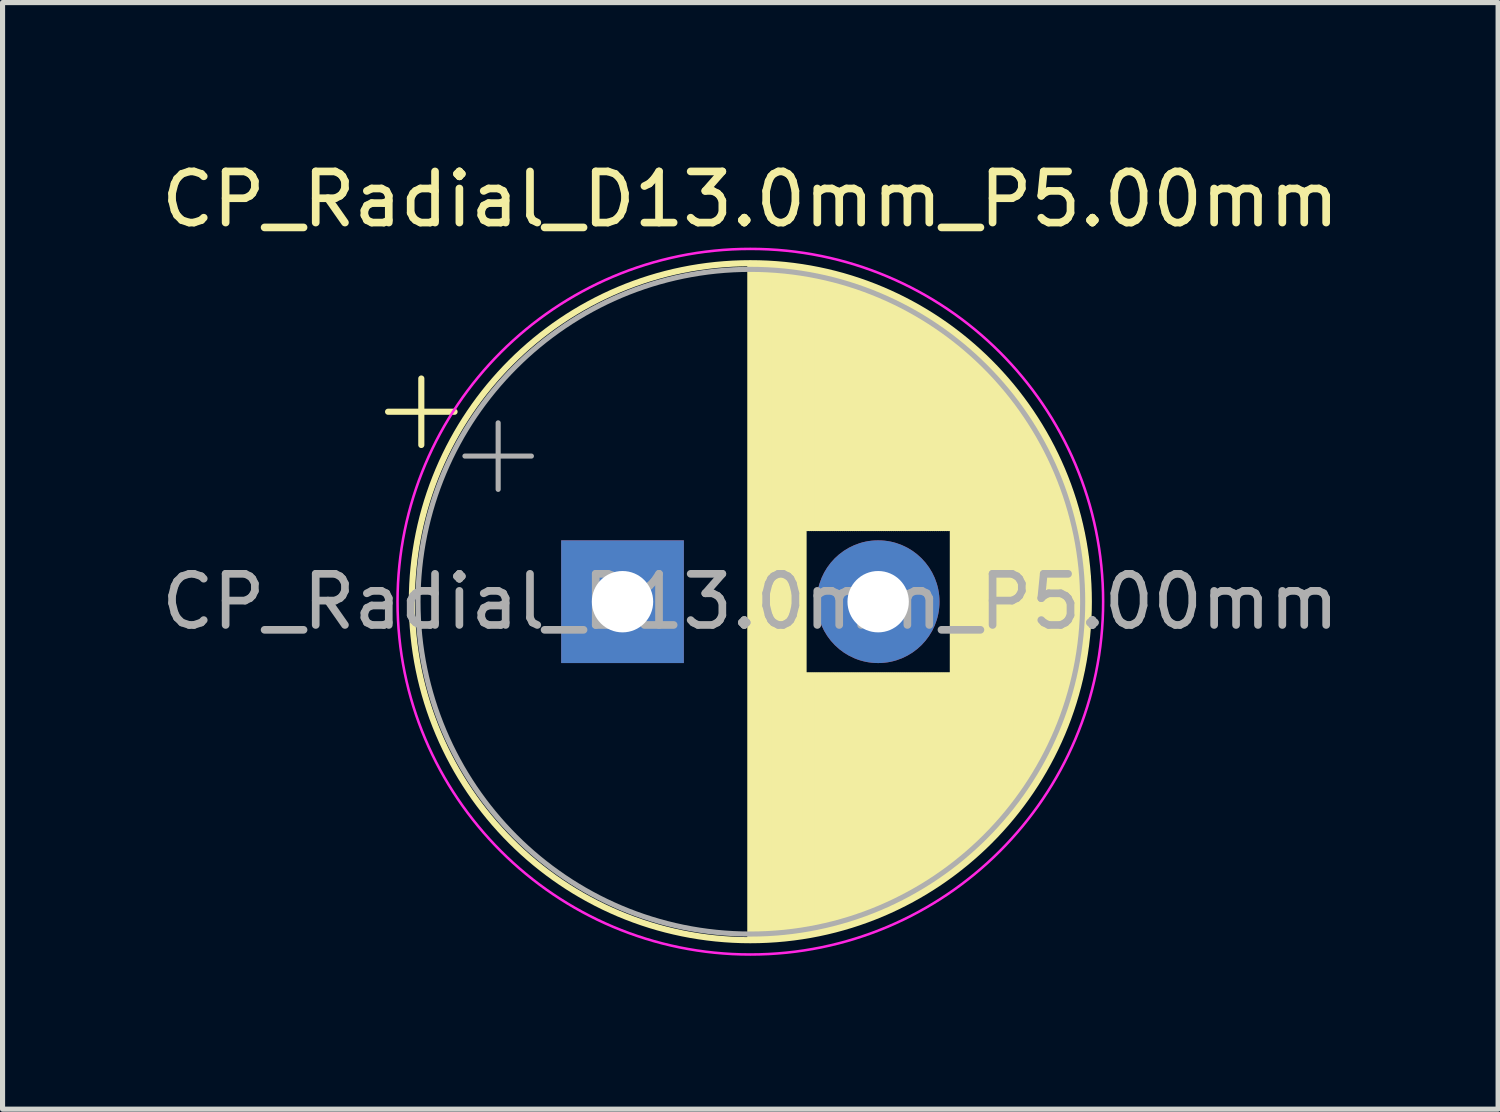
<source format=kicad_pcb>
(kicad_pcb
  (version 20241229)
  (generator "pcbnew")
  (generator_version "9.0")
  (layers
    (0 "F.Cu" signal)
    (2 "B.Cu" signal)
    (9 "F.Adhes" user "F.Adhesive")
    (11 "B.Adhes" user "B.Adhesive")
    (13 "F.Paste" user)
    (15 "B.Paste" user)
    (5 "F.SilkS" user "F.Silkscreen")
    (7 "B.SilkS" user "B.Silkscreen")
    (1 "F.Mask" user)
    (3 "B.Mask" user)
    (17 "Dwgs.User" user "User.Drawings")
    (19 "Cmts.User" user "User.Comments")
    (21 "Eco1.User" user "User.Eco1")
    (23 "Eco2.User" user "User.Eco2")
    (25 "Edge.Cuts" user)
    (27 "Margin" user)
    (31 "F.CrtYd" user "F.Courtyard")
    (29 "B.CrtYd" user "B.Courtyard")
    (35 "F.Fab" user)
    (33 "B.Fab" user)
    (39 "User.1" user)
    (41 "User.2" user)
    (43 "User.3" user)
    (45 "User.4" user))
  (footprint "CP_Radial_D13.0mm_P5.00mm"
    (layer "F.Cu")
    (at 9.125 8.718)
    (property "Reference" "CP_Radial_D13.0mm_P5.00mm" (at 2.5 -7.87 0) (layer "F.SilkS") (effects (font (size 1 1) (thickness 0.15))))
    (attr through_hole)
    (fp_line (start -4.585 -3.715) (end -3.285 -3.715) (stroke (width 0.12) (type solid)) (layer "F.SilkS"))
    (fp_line (start -3.935 -4.365) (end -3.935 -3.065) (stroke (width 0.12) (type solid)) (layer "F.SilkS"))
    (fp_line (start 2.5 -6.58) (end 2.5 6.58) (stroke (width 0.12) (type solid)) (layer "F.SilkS"))
    (fp_line (start 2.54 -6.58) (end 2.54 6.58) (stroke (width 0.12) (type solid)) (layer "F.SilkS"))
    (fp_line (start 2.58 -6.58) (end 2.58 6.58) (stroke (width 0.12) (type solid)) (layer "F.SilkS"))
    (fp_line (start 2.62 -6.579) (end 2.62 6.579) (stroke (width 0.12) (type solid)) (layer "F.SilkS"))
    (fp_line (start 2.66 -6.579) (end 2.66 6.579) (stroke (width 0.12) (type solid)) (layer "F.SilkS"))
    (fp_line (start 2.7 -6.577) (end 2.7 6.577) (stroke (width 0.12) (type solid)) (layer "F.SilkS"))
    (fp_line (start 2.74 -6.576) (end 2.74 6.576) (stroke (width 0.12) (type solid)) (layer "F.SilkS"))
    (fp_line (start 2.78 -6.575) (end 2.78 6.575) (stroke (width 0.12) (type solid)) (layer "F.SilkS"))
    (fp_line (start 2.82 -6.573) (end 2.82 6.573) (stroke (width 0.12) (type solid)) (layer "F.SilkS"))
    (fp_line (start 2.86 -6.571) (end 2.86 6.571) (stroke (width 0.12) (type solid)) (layer "F.SilkS"))
    (fp_line (start 2.9 -6.568) (end 2.9 6.568) (stroke (width 0.12) (type solid)) (layer "F.SilkS"))
    (fp_line (start 2.94 -6.566) (end 2.94 6.566) (stroke (width 0.12) (type solid)) (layer "F.SilkS"))
    (fp_line (start 2.98 -6.563) (end 2.98 6.563) (stroke (width 0.12) (type solid)) (layer "F.SilkS"))
    (fp_line (start 3.02 -6.56) (end 3.02 6.56) (stroke (width 0.12) (type solid)) (layer "F.SilkS"))
    (fp_line (start 3.06 -6.557) (end 3.06 6.557) (stroke (width 0.12) (type solid)) (layer "F.SilkS"))
    (fp_line (start 3.1 -6.553) (end 3.1 6.553) (stroke (width 0.12) (type solid)) (layer "F.SilkS"))
    (fp_line (start 3.14 -6.549) (end 3.14 6.549) (stroke (width 0.12) (type solid)) (layer "F.SilkS"))
    (fp_line (start 3.18 -6.545) (end 3.18 6.545) (stroke (width 0.12) (type solid)) (layer "F.SilkS"))
    (fp_line (start 3.221 -6.541) (end 3.221 6.541) (stroke (width 0.12) (type solid)) (layer "F.SilkS"))
    (fp_line (start 3.261 -6.537) (end 3.261 6.537) (stroke (width 0.12) (type solid)) (layer "F.SilkS"))
    (fp_line (start 3.301 -6.532) (end 3.301 6.532) (stroke (width 0.12) (type solid)) (layer "F.SilkS"))
    (fp_line (start 3.341 -6.527) (end 3.341 6.527) (stroke (width 0.12) (type solid)) (layer "F.SilkS"))
    (fp_line (start 3.381 -6.522) (end 3.381 6.522) (stroke (width 0.12) (type solid)) (layer "F.SilkS"))
    (fp_line (start 3.421 -6.516) (end 3.421 6.516) (stroke (width 0.12) (type solid)) (layer "F.SilkS"))
    (fp_line (start 3.461 -6.511) (end 3.461 6.511) (stroke (width 0.12) (type solid)) (layer "F.SilkS"))
    (fp_line (start 3.501 -6.505) (end 3.501 6.505) (stroke (width 0.12) (type solid)) (layer "F.SilkS"))
    (fp_line (start 3.541 -6.498) (end 3.541 6.498) (stroke (width 0.12) (type solid)) (layer "F.SilkS"))
    (fp_line (start 3.581 -6.492) (end 3.581 -1.44) (stroke (width 0.12) (type solid)) (layer "F.SilkS"))
    (fp_line (start 3.581 1.44) (end 3.581 6.492) (stroke (width 0.12) (type solid)) (layer "F.SilkS"))
    (fp_line (start 3.621 -6.485) (end 3.621 -1.44) (stroke (width 0.12) (type solid)) (layer "F.SilkS"))
    (fp_line (start 3.621 1.44) (end 3.621 6.485) (stroke (width 0.12) (type solid)) (layer "F.SilkS"))
    (fp_line (start 3.661 -6.478) (end 3.661 -1.44) (stroke (width 0.12) (type solid)) (layer "F.SilkS"))
    (fp_line (start 3.661 1.44) (end 3.661 6.478) (stroke (width 0.12) (type solid)) (layer "F.SilkS"))
    (fp_line (start 3.701 -6.471) (end 3.701 -1.44) (stroke (width 0.12) (type solid)) (layer "F.SilkS"))
    (fp_line (start 3.701 1.44) (end 3.701 6.471) (stroke (width 0.12) (type solid)) (layer "F.SilkS"))
    (fp_line (start 3.741 -6.463) (end 3.741 -1.44) (stroke (width 0.12) (type solid)) (layer "F.SilkS"))
    (fp_line (start 3.741 1.44) (end 3.741 6.463) (stroke (width 0.12) (type solid)) (layer "F.SilkS"))
    (fp_line (start 3.781 -6.456) (end 3.781 -1.44) (stroke (width 0.12) (type solid)) (layer "F.SilkS"))
    (fp_line (start 3.781 1.44) (end 3.781 6.456) (stroke (width 0.12) (type solid)) (layer "F.SilkS"))
    (fp_line (start 3.821 -6.448) (end 3.821 -1.44) (stroke (width 0.12) (type solid)) (layer "F.SilkS"))
    (fp_line (start 3.821 1.44) (end 3.821 6.448) (stroke (width 0.12) (type solid)) (layer "F.SilkS"))
    (fp_line (start 3.861 -6.439) (end 3.861 -1.44) (stroke (width 0.12) (type solid)) (layer "F.SilkS"))
    (fp_line (start 3.861 1.44) (end 3.861 6.439) (stroke (width 0.12) (type solid)) (layer "F.SilkS"))
    (fp_line (start 3.901 -6.431) (end 3.901 -1.44) (stroke (width 0.12) (type solid)) (layer "F.SilkS"))
    (fp_line (start 3.901 1.44) (end 3.901 6.431) (stroke (width 0.12) (type solid)) (layer "F.SilkS"))
    (fp_line (start 3.941 -6.422) (end 3.941 -1.44) (stroke (width 0.12) (type solid)) (layer "F.SilkS"))
    (fp_line (start 3.941 1.44) (end 3.941 6.422) (stroke (width 0.12) (type solid)) (layer "F.SilkS"))
    (fp_line (start 3.981 -6.413) (end 3.981 -1.44) (stroke (width 0.12) (type solid)) (layer "F.SilkS"))
    (fp_line (start 3.981 1.44) (end 3.981 6.413) (stroke (width 0.12) (type solid)) (layer "F.SilkS"))
    (fp_line (start 4.021 -6.404) (end 4.021 -1.44) (stroke (width 0.12) (type solid)) (layer "F.SilkS"))
    (fp_line (start 4.021 1.44) (end 4.021 6.404) (stroke (width 0.12) (type solid)) (layer "F.SilkS"))
    (fp_line (start 4.061 -6.394) (end 4.061 -1.44) (stroke (width 0.12) (type solid)) (layer "F.SilkS"))
    (fp_line (start 4.061 1.44) (end 4.061 6.394) (stroke (width 0.12) (type solid)) (layer "F.SilkS"))
    (fp_line (start 4.101 -6.384) (end 4.101 -1.44) (stroke (width 0.12) (type solid)) (layer "F.SilkS"))
    (fp_line (start 4.101 1.44) (end 4.101 6.384) (stroke (width 0.12) (type solid)) (layer "F.SilkS"))
    (fp_line (start 4.141 -6.374) (end 4.141 -1.44) (stroke (width 0.12) (type solid)) (layer "F.SilkS"))
    (fp_line (start 4.141 1.44) (end 4.141 6.374) (stroke (width 0.12) (type solid)) (layer "F.SilkS"))
    (fp_line (start 4.181 -6.364) (end 4.181 -1.44) (stroke (width 0.12) (type solid)) (layer "F.SilkS"))
    (fp_line (start 4.181 1.44) (end 4.181 6.364) (stroke (width 0.12) (type solid)) (layer "F.SilkS"))
    (fp_line (start 4.221 -6.353) (end 4.221 -1.44) (stroke (width 0.12) (type solid)) (layer "F.SilkS"))
    (fp_line (start 4.221 1.44) (end 4.221 6.353) (stroke (width 0.12) (type solid)) (layer "F.SilkS"))
    (fp_line (start 4.261 -6.342) (end 4.261 -1.44) (stroke (width 0.12) (type solid)) (layer "F.SilkS"))
    (fp_line (start 4.261 1.44) (end 4.261 6.342) (stroke (width 0.12) (type solid)) (layer "F.SilkS"))
    (fp_line (start 4.301 -6.331) (end 4.301 -1.44) (stroke (width 0.12) (type solid)) (layer "F.SilkS"))
    (fp_line (start 4.301 1.44) (end 4.301 6.331) (stroke (width 0.12) (type solid)) (layer "F.SilkS"))
    (fp_line (start 4.341 -6.32) (end 4.341 -1.44) (stroke (width 0.12) (type solid)) (layer "F.SilkS"))
    (fp_line (start 4.341 1.44) (end 4.341 6.32) (stroke (width 0.12) (type solid)) (layer "F.SilkS"))
    (fp_line (start 4.381 -6.308) (end 4.381 -1.44) (stroke (width 0.12) (type solid)) (layer "F.SilkS"))
    (fp_line (start 4.381 1.44) (end 4.381 6.308) (stroke (width 0.12) (type solid)) (layer "F.SilkS"))
    (fp_line (start 4.421 -6.296) (end 4.421 -1.44) (stroke (width 0.12) (type solid)) (layer "F.SilkS"))
    (fp_line (start 4.421 1.44) (end 4.421 6.296) (stroke (width 0.12) (type solid)) (layer "F.SilkS"))
    (fp_line (start 4.461 -6.284) (end 4.461 -1.44) (stroke (width 0.12) (type solid)) (layer "F.SilkS"))
    (fp_line (start 4.461 1.44) (end 4.461 6.284) (stroke (width 0.12) (type solid)) (layer "F.SilkS"))
    (fp_line (start 4.501 -6.271) (end 4.501 -1.44) (stroke (width 0.12) (type solid)) (layer "F.SilkS"))
    (fp_line (start 4.501 1.44) (end 4.501 6.271) (stroke (width 0.12) (type solid)) (layer "F.SilkS"))
    (fp_line (start 4.541 -6.258) (end 4.541 -1.44) (stroke (width 0.12) (type solid)) (layer "F.SilkS"))
    (fp_line (start 4.541 1.44) (end 4.541 6.258) (stroke (width 0.12) (type solid)) (layer "F.SilkS"))
    (fp_line (start 4.581 -6.245) (end 4.581 -1.44) (stroke (width 0.12) (type solid)) (layer "F.SilkS"))
    (fp_line (start 4.581 1.44) (end 4.581 6.245) (stroke (width 0.12) (type solid)) (layer "F.SilkS"))
    (fp_line (start 4.621 -6.232) (end 4.621 -1.44) (stroke (width 0.12) (type solid)) (layer "F.SilkS"))
    (fp_line (start 4.621 1.44) (end 4.621 6.232) (stroke (width 0.12) (type solid)) (layer "F.SilkS"))
    (fp_line (start 4.661 -6.218) (end 4.661 -1.44) (stroke (width 0.12) (type solid)) (layer "F.SilkS"))
    (fp_line (start 4.661 1.44) (end 4.661 6.218) (stroke (width 0.12) (type solid)) (layer "F.SilkS"))
    (fp_line (start 4.701 -6.204) (end 4.701 -1.44) (stroke (width 0.12) (type solid)) (layer "F.SilkS"))
    (fp_line (start 4.701 1.44) (end 4.701 6.204) (stroke (width 0.12) (type solid)) (layer "F.SilkS"))
    (fp_line (start 4.741 -6.19) (end 4.741 -1.44) (stroke (width 0.12) (type solid)) (layer "F.SilkS"))
    (fp_line (start 4.741 1.44) (end 4.741 6.19) (stroke (width 0.12) (type solid)) (layer "F.SilkS"))
    (fp_line (start 4.781 -6.175) (end 4.781 -1.44) (stroke (width 0.12) (type solid)) (layer "F.SilkS"))
    (fp_line (start 4.781 1.44) (end 4.781 6.175) (stroke (width 0.12) (type solid)) (layer "F.SilkS"))
    (fp_line (start 4.821 -6.161) (end 4.821 -1.44) (stroke (width 0.12) (type solid)) (layer "F.SilkS"))
    (fp_line (start 4.821 1.44) (end 4.821 6.161) (stroke (width 0.12) (type solid)) (layer "F.SilkS"))
    (fp_line (start 4.861 -6.146) (end 4.861 -1.44) (stroke (width 0.12) (type solid)) (layer "F.SilkS"))
    (fp_line (start 4.861 1.44) (end 4.861 6.146) (stroke (width 0.12) (type solid)) (layer "F.SilkS"))
    (fp_line (start 4.901 -6.13) (end 4.901 -1.44) (stroke (width 0.12) (type solid)) (layer "F.SilkS"))
    (fp_line (start 4.901 1.44) (end 4.901 6.13) (stroke (width 0.12) (type solid)) (layer "F.SilkS"))
    (fp_line (start 4.941 -6.114) (end 4.941 -1.44) (stroke (width 0.12) (type solid)) (layer "F.SilkS"))
    (fp_line (start 4.941 1.44) (end 4.941 6.114) (stroke (width 0.12) (type solid)) (layer "F.SilkS"))
    (fp_line (start 4.981 -6.098) (end 4.981 -1.44) (stroke (width 0.12) (type solid)) (layer "F.SilkS"))
    (fp_line (start 4.981 1.44) (end 4.981 6.098) (stroke (width 0.12) (type solid)) (layer "F.SilkS"))
    (fp_line (start 5.021 -6.082) (end 5.021 -1.44) (stroke (width 0.12) (type solid)) (layer "F.SilkS"))
    (fp_line (start 5.021 1.44) (end 5.021 6.082) (stroke (width 0.12) (type solid)) (layer "F.SilkS"))
    (fp_line (start 5.061 -6.065) (end 5.061 -1.44) (stroke (width 0.12) (type solid)) (layer "F.SilkS"))
    (fp_line (start 5.061 1.44) (end 5.061 6.065) (stroke (width 0.12) (type solid)) (layer "F.SilkS"))
    (fp_line (start 5.101 -6.049) (end 5.101 -1.44) (stroke (width 0.12) (type solid)) (layer "F.SilkS"))
    (fp_line (start 5.101 1.44) (end 5.101 6.049) (stroke (width 0.12) (type solid)) (layer "F.SilkS"))
    (fp_line (start 5.141 -6.031) (end 5.141 -1.44) (stroke (width 0.12) (type solid)) (layer "F.SilkS"))
    (fp_line (start 5.141 1.44) (end 5.141 6.031) (stroke (width 0.12) (type solid)) (layer "F.SilkS"))
    (fp_line (start 5.181 -6.014) (end 5.181 -1.44) (stroke (width 0.12) (type solid)) (layer "F.SilkS"))
    (fp_line (start 5.181 1.44) (end 5.181 6.014) (stroke (width 0.12) (type solid)) (layer "F.SilkS"))
    (fp_line (start 5.221 -5.996) (end 5.221 -1.44) (stroke (width 0.12) (type solid)) (layer "F.SilkS"))
    (fp_line (start 5.221 1.44) (end 5.221 5.996) (stroke (width 0.12) (type solid)) (layer "F.SilkS"))
    (fp_line (start 5.261 -5.978) (end 5.261 -1.44) (stroke (width 0.12) (type solid)) (layer "F.SilkS"))
    (fp_line (start 5.261 1.44) (end 5.261 5.978) (stroke (width 0.12) (type solid)) (layer "F.SilkS"))
    (fp_line (start 5.301 -5.959) (end 5.301 -1.44) (stroke (width 0.12) (type solid)) (layer "F.SilkS"))
    (fp_line (start 5.301 1.44) (end 5.301 5.959) (stroke (width 0.12) (type solid)) (layer "F.SilkS"))
    (fp_line (start 5.341 -5.94) (end 5.341 -1.44) (stroke (width 0.12) (type solid)) (layer "F.SilkS"))
    (fp_line (start 5.341 1.44) (end 5.341 5.94) (stroke (width 0.12) (type solid)) (layer "F.SilkS"))
    (fp_line (start 5.381 -5.921) (end 5.381 -1.44) (stroke (width 0.12) (type solid)) (layer "F.SilkS"))
    (fp_line (start 5.381 1.44) (end 5.381 5.921) (stroke (width 0.12) (type solid)) (layer "F.SilkS"))
    (fp_line (start 5.421 -5.902) (end 5.421 -1.44) (stroke (width 0.12) (type solid)) (layer "F.SilkS"))
    (fp_line (start 5.421 1.44) (end 5.421 5.902) (stroke (width 0.12) (type solid)) (layer "F.SilkS"))
    (fp_line (start 5.461 -5.882) (end 5.461 -1.44) (stroke (width 0.12) (type solid)) (layer "F.SilkS"))
    (fp_line (start 5.461 1.44) (end 5.461 5.882) (stroke (width 0.12) (type solid)) (layer "F.SilkS"))
    (fp_line (start 5.501 -5.862) (end 5.501 -1.44) (stroke (width 0.12) (type solid)) (layer "F.SilkS"))
    (fp_line (start 5.501 1.44) (end 5.501 5.862) (stroke (width 0.12) (type solid)) (layer "F.SilkS"))
    (fp_line (start 5.541 -5.841) (end 5.541 -1.44) (stroke (width 0.12) (type solid)) (layer "F.SilkS"))
    (fp_line (start 5.541 1.44) (end 5.541 5.841) (stroke (width 0.12) (type solid)) (layer "F.SilkS"))
    (fp_line (start 5.581 -5.82) (end 5.581 -1.44) (stroke (width 0.12) (type solid)) (layer "F.SilkS"))
    (fp_line (start 5.581 1.44) (end 5.581 5.82) (stroke (width 0.12) (type solid)) (layer "F.SilkS"))
    (fp_line (start 5.621 -5.799) (end 5.621 -1.44) (stroke (width 0.12) (type solid)) (layer "F.SilkS"))
    (fp_line (start 5.621 1.44) (end 5.621 5.799) (stroke (width 0.12) (type solid)) (layer "F.SilkS"))
    (fp_line (start 5.661 -5.778) (end 5.661 -1.44) (stroke (width 0.12) (type solid)) (layer "F.SilkS"))
    (fp_line (start 5.661 1.44) (end 5.661 5.778) (stroke (width 0.12) (type solid)) (layer "F.SilkS"))
    (fp_line (start 5.701 -5.756) (end 5.701 -1.44) (stroke (width 0.12) (type solid)) (layer "F.SilkS"))
    (fp_line (start 5.701 1.44) (end 5.701 5.756) (stroke (width 0.12) (type solid)) (layer "F.SilkS"))
    (fp_line (start 5.741 -5.733) (end 5.741 -1.44) (stroke (width 0.12) (type solid)) (layer "F.SilkS"))
    (fp_line (start 5.741 1.44) (end 5.741 5.733) (stroke (width 0.12) (type solid)) (layer "F.SilkS"))
    (fp_line (start 5.781 -5.711) (end 5.781 -1.44) (stroke (width 0.12) (type solid)) (layer "F.SilkS"))
    (fp_line (start 5.781 1.44) (end 5.781 5.711) (stroke (width 0.12) (type solid)) (layer "F.SilkS"))
    (fp_line (start 5.821 -5.688) (end 5.821 -1.44) (stroke (width 0.12) (type solid)) (layer "F.SilkS"))
    (fp_line (start 5.821 1.44) (end 5.821 5.688) (stroke (width 0.12) (type solid)) (layer "F.SilkS"))
    (fp_line (start 5.861 -5.664) (end 5.861 -1.44) (stroke (width 0.12) (type solid)) (layer "F.SilkS"))
    (fp_line (start 5.861 1.44) (end 5.861 5.664) (stroke (width 0.12) (type solid)) (layer "F.SilkS"))
    (fp_line (start 5.901 -5.641) (end 5.901 -1.44) (stroke (width 0.12) (type solid)) (layer "F.SilkS"))
    (fp_line (start 5.901 1.44) (end 5.901 5.641) (stroke (width 0.12) (type solid)) (layer "F.SilkS"))
    (fp_line (start 5.941 -5.617) (end 5.941 -1.44) (stroke (width 0.12) (type solid)) (layer "F.SilkS"))
    (fp_line (start 5.941 1.44) (end 5.941 5.617) (stroke (width 0.12) (type solid)) (layer "F.SilkS"))
    (fp_line (start 5.981 -5.592) (end 5.981 -1.44) (stroke (width 0.12) (type solid)) (layer "F.SilkS"))
    (fp_line (start 5.981 1.44) (end 5.981 5.592) (stroke (width 0.12) (type solid)) (layer "F.SilkS"))
    (fp_line (start 6.021 -5.567) (end 6.021 -1.44) (stroke (width 0.12) (type solid)) (layer "F.SilkS"))
    (fp_line (start 6.021 1.44) (end 6.021 5.567) (stroke (width 0.12) (type solid)) (layer "F.SilkS"))
    (fp_line (start 6.061 -5.542) (end 6.061 -1.44) (stroke (width 0.12) (type solid)) (layer "F.SilkS"))
    (fp_line (start 6.061 1.44) (end 6.061 5.542) (stroke (width 0.12) (type solid)) (layer "F.SilkS"))
    (fp_line (start 6.101 -5.516) (end 6.101 -1.44) (stroke (width 0.12) (type solid)) (layer "F.SilkS"))
    (fp_line (start 6.101 1.44) (end 6.101 5.516) (stroke (width 0.12) (type solid)) (layer "F.SilkS"))
    (fp_line (start 6.141 -5.49) (end 6.141 -1.44) (stroke (width 0.12) (type solid)) (layer "F.SilkS"))
    (fp_line (start 6.141 1.44) (end 6.141 5.49) (stroke (width 0.12) (type solid)) (layer "F.SilkS"))
    (fp_line (start 6.181 -5.463) (end 6.181 -1.44) (stroke (width 0.12) (type solid)) (layer "F.SilkS"))
    (fp_line (start 6.181 1.44) (end 6.181 5.463) (stroke (width 0.12) (type solid)) (layer "F.SilkS"))
    (fp_line (start 6.221 -5.436) (end 6.221 -1.44) (stroke (width 0.12) (type solid)) (layer "F.SilkS"))
    (fp_line (start 6.221 1.44) (end 6.221 5.436) (stroke (width 0.12) (type solid)) (layer "F.SilkS"))
    (fp_line (start 6.261 -5.409) (end 6.261 -1.44) (stroke (width 0.12) (type solid)) (layer "F.SilkS"))
    (fp_line (start 6.261 1.44) (end 6.261 5.409) (stroke (width 0.12) (type solid)) (layer "F.SilkS"))
    (fp_line (start 6.301 -5.381) (end 6.301 -1.44) (stroke (width 0.12) (type solid)) (layer "F.SilkS"))
    (fp_line (start 6.301 1.44) (end 6.301 5.381) (stroke (width 0.12) (type solid)) (layer "F.SilkS"))
    (fp_line (start 6.341 -5.353) (end 6.341 -1.44) (stroke (width 0.12) (type solid)) (layer "F.SilkS"))
    (fp_line (start 6.341 1.44) (end 6.341 5.353) (stroke (width 0.12) (type solid)) (layer "F.SilkS"))
    (fp_line (start 6.381 -5.324) (end 6.381 -1.44) (stroke (width 0.12) (type solid)) (layer "F.SilkS"))
    (fp_line (start 6.381 1.44) (end 6.381 5.324) (stroke (width 0.12) (type solid)) (layer "F.SilkS"))
    (fp_line (start 6.421 -5.295) (end 6.421 -1.44) (stroke (width 0.12) (type solid)) (layer "F.SilkS"))
    (fp_line (start 6.421 1.44) (end 6.421 5.295) (stroke (width 0.12) (type solid)) (layer "F.SilkS"))
    (fp_line (start 6.461 -5.265) (end 6.461 5.265) (stroke (width 0.12) (type solid)) (layer "F.SilkS"))
    (fp_line (start 6.501 -5.235) (end 6.501 5.235) (stroke (width 0.12) (type solid)) (layer "F.SilkS"))
    (fp_line (start 6.541 -5.205) (end 6.541 5.205) (stroke (width 0.12) (type solid)) (layer "F.SilkS"))
    (fp_line (start 6.581 -5.174) (end 6.581 5.174) (stroke (width 0.12) (type solid)) (layer "F.SilkS"))
    (fp_line (start 6.621 -5.142) (end 6.621 5.142) (stroke (width 0.12) (type solid)) (layer "F.SilkS"))
    (fp_line (start 6.661 -5.11) (end 6.661 5.11) (stroke (width 0.12) (type solid)) (layer "F.SilkS"))
    (fp_line (start 6.701 -5.078) (end 6.701 5.078) (stroke (width 0.12) (type solid)) (layer "F.SilkS"))
    (fp_line (start 6.741 -5.044) (end 6.741 5.044) (stroke (width 0.12) (type solid)) (layer "F.SilkS"))
    (fp_line (start 6.781 -5.011) (end 6.781 5.011) (stroke (width 0.12) (type solid)) (layer "F.SilkS"))
    (fp_line (start 6.821 -4.977) (end 6.821 4.977) (stroke (width 0.12) (type solid)) (layer "F.SilkS"))
    (fp_line (start 6.861 -4.942) (end 6.861 4.942) (stroke (width 0.12) (type solid)) (layer "F.SilkS"))
    (fp_line (start 6.901 -4.907) (end 6.901 4.907) (stroke (width 0.12) (type solid)) (layer "F.SilkS"))
    (fp_line (start 6.941 -4.871) (end 6.941 4.871) (stroke (width 0.12) (type solid)) (layer "F.SilkS"))
    (fp_line (start 6.981 -4.834) (end 6.981 4.834) (stroke (width 0.12) (type solid)) (layer "F.SilkS"))
    (fp_line (start 7.021 -4.797) (end 7.021 4.797) (stroke (width 0.12) (type solid)) (layer "F.SilkS"))
    (fp_line (start 7.061 -4.76) (end 7.061 4.76) (stroke (width 0.12) (type solid)) (layer "F.SilkS"))
    (fp_line (start 7.101 -4.721) (end 7.101 4.721) (stroke (width 0.12) (type solid)) (layer "F.SilkS"))
    (fp_line (start 7.141 -4.682) (end 7.141 4.682) (stroke (width 0.12) (type solid)) (layer "F.SilkS"))
    (fp_line (start 7.181 -4.643) (end 7.181 4.643) (stroke (width 0.12) (type solid)) (layer "F.SilkS"))
    (fp_line (start 7.221 -4.602) (end 7.221 4.602) (stroke (width 0.12) (type solid)) (layer "F.SilkS"))
    (fp_line (start 7.261 -4.561) (end 7.261 4.561) (stroke (width 0.12) (type solid)) (layer "F.SilkS"))
    (fp_line (start 7.301 -4.519) (end 7.301 4.519) (stroke (width 0.12) (type solid)) (layer "F.SilkS"))
    (fp_line (start 7.341 -4.477) (end 7.341 4.477) (stroke (width 0.12) (type solid)) (layer "F.SilkS"))
    (fp_line (start 7.381 -4.434) (end 7.381 4.434) (stroke (width 0.12) (type solid)) (layer "F.SilkS"))
    (fp_line (start 7.421 -4.39) (end 7.421 4.39) (stroke (width 0.12) (type solid)) (layer "F.SilkS"))
    (fp_line (start 7.461 -4.345) (end 7.461 4.345) (stroke (width 0.12) (type solid)) (layer "F.SilkS"))
    (fp_line (start 7.501 -4.299) (end 7.501 4.299) (stroke (width 0.12) (type solid)) (layer "F.SilkS"))
    (fp_line (start 7.541 -4.253) (end 7.541 4.253) (stroke (width 0.12) (type solid)) (layer "F.SilkS"))
    (fp_line (start 7.581 -4.205) (end 7.581 4.205) (stroke (width 0.12) (type solid)) (layer "F.SilkS"))
    (fp_line (start 7.621 -4.157) (end 7.621 4.157) (stroke (width 0.12) (type solid)) (layer "F.SilkS"))
    (fp_line (start 7.661 -4.108) (end 7.661 4.108) (stroke (width 0.12) (type solid)) (layer "F.SilkS"))
    (fp_line (start 7.701 -4.057) (end 7.701 4.057) (stroke (width 0.12) (type solid)) (layer "F.SilkS"))
    (fp_line (start 7.741 -4.006) (end 7.741 4.006) (stroke (width 0.12) (type solid)) (layer "F.SilkS"))
    (fp_line (start 7.781 -3.954) (end 7.781 3.954) (stroke (width 0.12) (type solid)) (layer "F.SilkS"))
    (fp_line (start 7.821 -3.9) (end 7.821 3.9) (stroke (width 0.12) (type solid)) (layer "F.SilkS"))
    (fp_line (start 7.861 -3.846) (end 7.861 3.846) (stroke (width 0.12) (type solid)) (layer "F.SilkS"))
    (fp_line (start 7.901 -3.79) (end 7.901 3.79) (stroke (width 0.12) (type solid)) (layer "F.SilkS"))
    (fp_line (start 7.941 -3.733) (end 7.941 3.733) (stroke (width 0.12) (type solid)) (layer "F.SilkS"))
    (fp_line (start 7.981 -3.675) (end 7.981 3.675) (stroke (width 0.12) (type solid)) (layer "F.SilkS"))
    (fp_line (start 8.021 -3.615) (end 8.021 3.615) (stroke (width 0.12) (type solid)) (layer "F.SilkS"))
    (fp_line (start 8.061 -3.554) (end 8.061 3.554) (stroke (width 0.12) (type solid)) (layer "F.SilkS"))
    (fp_line (start 8.101 -3.491) (end 8.101 3.491) (stroke (width 0.12) (type solid)) (layer "F.SilkS"))
    (fp_line (start 8.141 -3.427) (end 8.141 3.427) (stroke (width 0.12) (type solid)) (layer "F.SilkS"))
    (fp_line (start 8.181 -3.361) (end 8.181 3.361) (stroke (width 0.12) (type solid)) (layer "F.SilkS"))
    (fp_line (start 8.221 -3.293) (end 8.221 3.293) (stroke (width 0.12) (type solid)) (layer "F.SilkS"))
    (fp_line (start 8.261 -3.223) (end 8.261 3.223) (stroke (width 0.12) (type solid)) (layer "F.SilkS"))
    (fp_line (start 8.301 -3.152) (end 8.301 3.152) (stroke (width 0.12) (type solid)) (layer "F.SilkS"))
    (fp_line (start 8.341 -3.078) (end 8.341 3.078) (stroke (width 0.12) (type solid)) (layer "F.SilkS"))
    (fp_line (start 8.381 -3.002) (end 8.381 3.002) (stroke (width 0.12) (type solid)) (layer "F.SilkS"))
    (fp_line (start 8.421 -2.923) (end 8.421 2.923) (stroke (width 0.12) (type solid)) (layer "F.SilkS"))
    (fp_line (start 8.461 -2.842) (end 8.461 2.842) (stroke (width 0.12) (type solid)) (layer "F.SilkS"))
    (fp_line (start 8.501 -2.758) (end 8.501 2.758) (stroke (width 0.12) (type solid)) (layer "F.SilkS"))
    (fp_line (start 8.541 -2.67) (end 8.541 2.67) (stroke (width 0.12) (type solid)) (layer "F.SilkS"))
    (fp_line (start 8.581 -2.579) (end 8.581 2.579) (stroke (width 0.12) (type solid)) (layer "F.SilkS"))
    (fp_line (start 8.621 -2.484) (end 8.621 2.484) (stroke (width 0.12) (type solid)) (layer "F.SilkS"))
    (fp_line (start 8.661 -2.385) (end 8.661 2.385) (stroke (width 0.12) (type solid)) (layer "F.SilkS"))
    (fp_line (start 8.701 -2.281) (end 8.701 2.281) (stroke (width 0.12) (type solid)) (layer "F.SilkS"))
    (fp_line (start 8.741 -2.171) (end 8.741 2.171) (stroke (width 0.12) (type solid)) (layer "F.SilkS"))
    (fp_line (start 8.781 -2.055) (end 8.781 2.055) (stroke (width 0.12) (type solid)) (layer "F.SilkS"))
    (fp_line (start 8.821 -1.931) (end 8.821 1.931) (stroke (width 0.12) (type solid)) (layer "F.SilkS"))
    (fp_line (start 8.861 -1.798) (end 8.861 1.798) (stroke (width 0.12) (type solid)) (layer "F.SilkS"))
    (fp_line (start 8.901 -1.653) (end 8.901 1.653) (stroke (width 0.12) (type solid)) (layer "F.SilkS"))
    (fp_line (start 8.941 -1.494) (end 8.941 1.494) (stroke (width 0.12) (type solid)) (layer "F.SilkS"))
    (fp_line (start 8.981 -1.315) (end 8.981 1.315) (stroke (width 0.12) (type solid)) (layer "F.SilkS"))
    (fp_line (start 9.021 -1.107) (end 9.021 1.107) (stroke (width 0.12) (type solid)) (layer "F.SilkS"))
    (fp_line (start 9.061 -0.85) (end 9.061 0.85) (stroke (width 0.12) (type solid)) (layer "F.SilkS"))
    (fp_line (start 9.101 -0.475) (end 9.101 0.475) (stroke (width 0.12) (type solid)) (layer "F.SilkS"))
    (fp_circle (center 2.5 0) (end 9.12 0) (stroke (width 0.12) (type solid)) (fill no) (layer "F.SilkS"))
    (fp_circle (center 2.5 0) (end 9.4 0) (stroke (width 0.05) (type solid)) (fill no) (layer "F.CrtYd"))
    (fp_line (start -3.082 -2.848) (end -1.782 -2.848) (stroke (width 0.1) (type solid)) (layer "F.Fab"))
    (fp_line (start -2.432 -3.498) (end -2.432 -2.197) (stroke (width 0.1) (type solid)) (layer "F.Fab"))
    (fp_circle (center 2.5 0) (end 9 0) (stroke (width 0.1) (type solid)) (fill no) (layer "F.Fab"))
    (fp_text user "${REFERENCE}" (at 2.5 0 0) (layer "F.Fab") (effects (font (size 1 1) (thickness 0.15))))
    (pad "1" thru_hole rect (at 0 0) (size 2.4 2.4) (drill 1.2) (layers "*.Cu" "*.Mask"))
    (pad "2" thru_hole circle (at 5 0) (size 2.4 2.4) (drill 1.2) (layers "*.Cu" "*.Mask")))
  (gr_rect
    (start -3 -3)
    (end 26.25 18.643)
    (stroke (width 0.1) (type default))
    (fill no)
    (layer "Edge.Cuts")))
</source>
